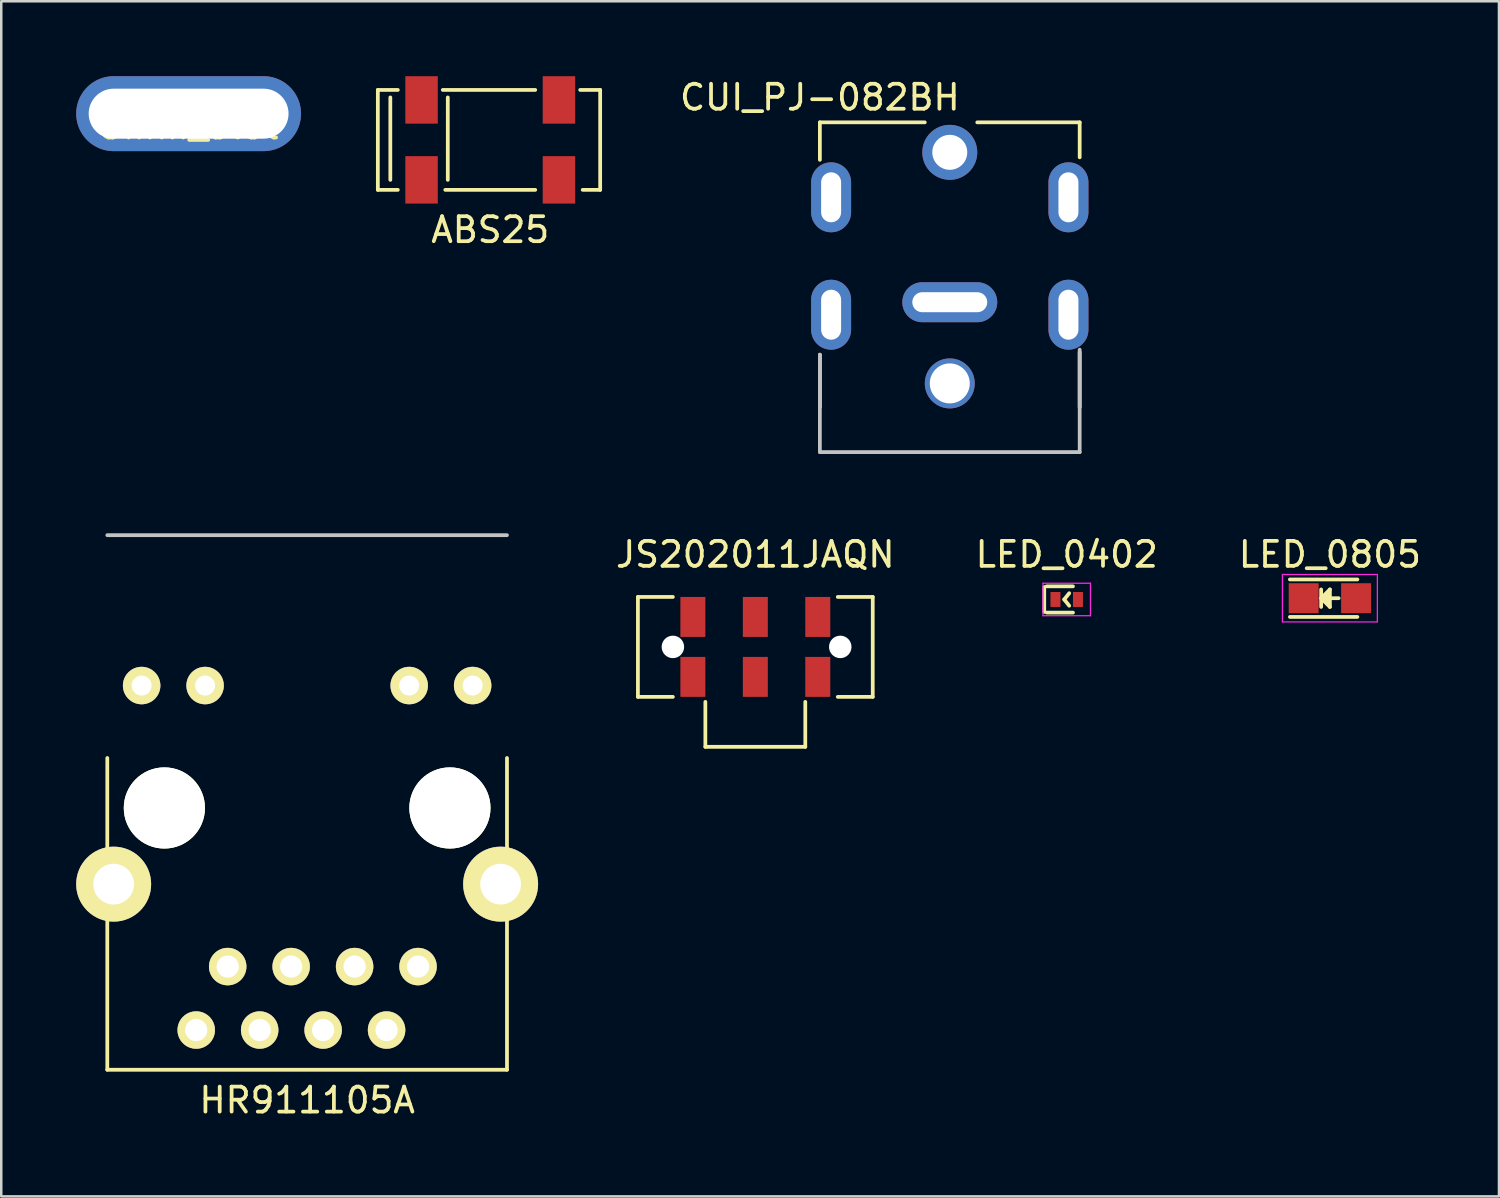
<source format=kicad_pcb>
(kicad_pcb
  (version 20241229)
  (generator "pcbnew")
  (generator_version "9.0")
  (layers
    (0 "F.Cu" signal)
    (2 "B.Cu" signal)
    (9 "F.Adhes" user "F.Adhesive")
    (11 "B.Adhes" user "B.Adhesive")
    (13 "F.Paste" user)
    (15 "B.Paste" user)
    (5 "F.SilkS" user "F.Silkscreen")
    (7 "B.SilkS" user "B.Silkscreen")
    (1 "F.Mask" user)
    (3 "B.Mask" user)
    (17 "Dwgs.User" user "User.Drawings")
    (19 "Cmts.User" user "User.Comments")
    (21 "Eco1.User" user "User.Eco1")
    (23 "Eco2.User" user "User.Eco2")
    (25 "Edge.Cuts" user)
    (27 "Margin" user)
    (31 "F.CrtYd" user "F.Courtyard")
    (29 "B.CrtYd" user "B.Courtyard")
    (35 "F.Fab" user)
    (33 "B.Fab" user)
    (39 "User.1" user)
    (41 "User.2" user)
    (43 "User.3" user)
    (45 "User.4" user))
  (footprint "LED_0402"
    (layer "F.Cu")
    (at 39.651 20.947)
    (property "Reference" "LED_0402" (at 0 -1.8 0) (layer "F.SilkS") (effects (font (size 1 1) (thickness 0.15))))
    (attr smd)
    (fp_line (start -0.9 -0.5) (end -0.9 0.5) (stroke (width 0.15) (type solid)) (layer "F.SilkS"))
    (fp_line (start -0.1 0) (end 0.1 0.25) (stroke (width 0.15) (type solid)) (layer "F.SilkS"))
    (fp_line (start 0.1 -0.25) (end -0.1 0) (stroke (width 0.15) (type solid)) (layer "F.SilkS"))
    (fp_line (start 0.25 -0.525) (end -0.8 -0.525) (stroke (width 0.15) (type solid)) (layer "F.SilkS"))
    (fp_line (start 0.25 0.525) (end -0.8 0.525) (stroke (width 0.15) (type solid)) (layer "F.SilkS"))
    (fp_line (start -0.95 -0.65) (end -0.95 0.65) (stroke (width 0.05) (type solid)) (layer "F.CrtYd"))
    (fp_line (start -0.95 -0.65) (end 0.95 -0.65) (stroke (width 0.05) (type solid)) (layer "F.CrtYd"))
    (fp_line (start -0.95 0.65) (end 0.95 0.65) (stroke (width 0.05) (type solid)) (layer "F.CrtYd"))
    (fp_line (start 0.95 -0.65) (end 0.95 0.65) (stroke (width 0.05) (type solid)) (layer "F.CrtYd"))
    (pad "1" smd rect (at -0.45 0) (size 0.4 0.6) (layers "F.Cu" "F.Mask" "F.Paste"))
    (pad "2" smd rect (at 0.45 0) (size 0.4 0.6) (layers "F.Cu" "F.Mask" "F.Paste")))
  (footprint "JS202011JAQN"
    (layer "F.Cu")
    (at 27.186 22.846)
    (property "Reference" "JS202011JAQN" (at 0 -3.7 0) (layer "F.SilkS") (effects (font (size 1 1) (thickness 0.15))))
    (attr through_hole)
    (fp_line (start -4.7 -2) (end -4.7 2) (stroke (width 0.15) (type solid)) (layer "F.SilkS"))
    (fp_line (start -4.7 -2) (end -3.3 -2) (stroke (width 0.15) (type solid)) (layer "F.SilkS"))
    (fp_line (start -4.7 2) (end -3.3 2) (stroke (width 0.15) (type solid)) (layer "F.SilkS"))
    (fp_line (start -2 2.2) (end -2 4) (stroke (width 0.15) (type solid)) (layer "F.SilkS"))
    (fp_line (start -2 4) (end 2 4) (stroke (width 0.15) (type solid)) (layer "F.SilkS"))
    (fp_line (start 2 4) (end 2 2.2) (stroke (width 0.15) (type solid)) (layer "F.SilkS"))
    (fp_line (start 3.3 -2) (end 4.7 -2) (stroke (width 0.15) (type solid)) (layer "F.SilkS"))
    (fp_line (start 4.7 -2) (end 4.7 2) (stroke (width 0.15) (type solid)) (layer "F.SilkS"))
    (fp_line (start 4.7 2) (end 3.3 2) (stroke (width 0.15) (type solid)) (layer "F.SilkS"))
    (pad "" np_thru_hole circle (at -3.3 0) (size 0.9 0.9) (drill 0.9) (layers "*.Cu" "*.Mask"))
    (pad "" np_thru_hole circle (at 3.4 0) (size 0.9 0.9) (drill 0.9) (layers "*.Cu" "*.Mask"))
    (pad "1" smd rect (at -2.5 -1.2) (size 1 1.6) (layers "F.Cu" "F.Mask" "F.Paste"))
    (pad "2" smd rect (at 0 -1.2) (size 1 1.6) (layers "F.Cu" "F.Mask" "F.Paste"))
    (pad "3" smd rect (at 2.5 -1.2) (size 1 1.6) (layers "F.Cu" "F.Mask" "F.Paste"))
    (pad "4" smd rect (at -2.5 1.2) (size 1 1.6) (layers "F.Cu" "F.Mask" "F.Paste"))
    (pad "5" smd rect (at 0 1.2) (size 1 1.6) (layers "F.Cu" "F.Mask" "F.Paste"))
    (pad "6" smd rect (at 2.5 1.2) (size 1 1.6) (layers "F.Cu" "F.Mask" "F.Paste")))
  (footprint "CUI_PJ-082BH"
    (layer "F.Cu")
    (at 34.97 15.048)
    (property "Reference" "CUI_PJ-082BH" (at -5.2 -14.2 0) (layer "F.SilkS") (effects (font (size 1 1) (thickness 0.15))))
    (attr through_hole)
    (fp_line (start -5.2 -13.2) (end -1 -13.2) (stroke (width 0.15) (type solid)) (layer "F.SilkS"))
    (fp_line (start -5.2 -11.7) (end -5.2 -13.2) (stroke (width 0.15) (type solid)) (layer "F.SilkS"))
    (fp_line (start -5.2 -3.9) (end -5.2 -1.8) (stroke (width 0.15) (type solid)) (layer "F.SilkS"))
    (fp_line (start 1.1 -13.2) (end 5.2 -13.2) (stroke (width 0.15) (type solid)) (layer "F.SilkS"))
    (fp_line (start 5.2 -13.2) (end 5.2 -11.8) (stroke (width 0.15) (type solid)) (layer "F.SilkS"))
    (fp_line (start 5.2 -4) (end 5.2 -1.8) (stroke (width 0.15) (type solid)) (layer "F.SilkS"))
    (fp_line (start -5.2 0) (end -5.2 -3.9) (stroke (width 0.15) (type solid)) (layer "Dwgs.User"))
    (fp_line (start 5.2 -4.1) (end 5.2 0) (stroke (width 0.15) (type solid)) (layer "Dwgs.User"))
    (fp_line (start 5.2 0) (end -5.2 0) (stroke (width 0.15) (type solid)) (layer "Dwgs.User"))
    (pad "" np_thru_hole circle (at 0 -2.75) (size 2 2) (drill 1.6) (layers "*.Cu" "*.Mask"))
    (pad "1" thru_hole circle (at 0 -12) (size 2.2 2.2) (drill oval 1.4) (layers "*.Cu" "*.Mask"))
    (pad "2" thru_hole oval (at 0 -6) (size 3.8 1.6) (drill oval 3 0.8) (layers "*.Cu" "*.Mask"))
    (pad "SH" thru_hole oval (at -4.75 -10.2) (size 1.6 2.8) (drill oval 0.8 2) (layers "*.Cu" "*.Mask"))
    (pad "SH" thru_hole oval (at -4.75 -5.5) (size 1.6 2.8) (drill oval 0.8 2) (layers "*.Cu" "*.Mask"))
    (pad "SH" thru_hole oval (at 4.75 -10.2) (size 1.6 2.8) (drill oval 0.8 2) (layers "*.Cu" "*.Mask"))
    (pad "SH" thru_hole oval (at 4.75 -5.5) (size 1.6 2.8) (drill oval 0.8 2) (layers "*.Cu" "*.Mask")))
  (footprint "HR911105A"
    (layer "F.Cu")
    (at 9.245 29.293)
    (property "Reference" "HR911105A" (at 0 11.7 0) (layer "F.SilkS") (effects (font (size 1 1) (thickness 0.15))))
    (attr through_hole)
    (fp_line (start -8 10.48) (end -8 -2) (stroke (width 0.15) (type solid)) (layer "F.SilkS"))
    (fp_line (start 8 -2) (end 8 10.48) (stroke (width 0.15) (type solid)) (layer "F.SilkS"))
    (fp_line (start 8 10.48) (end -8 10.48) (stroke (width 0.15) (type solid)) (layer "F.SilkS"))
    (fp_line (start -8 -10.92) (end 8 -10.92) (stroke (width 0.15) (type solid)) (layer "Dwgs.User"))
    (pad "" np_thru_hole circle (at -5.715 0) (size 3.25 3.25) (drill 3.25) (layers "*.Cu" "*.Mask" "F.SilkS"))
    (pad "" np_thru_hole circle (at 5.715 0) (size 3.25 3.25) (drill 3.25) (layers "*.Cu" "*.Mask" "F.SilkS"))
    (pad "1" thru_hole circle (at 4.44 6.35) (size 1.5 1.5) (drill 0.89) (layers "*.Cu" "*.Mask" "F.SilkS"))
    (pad "2" thru_hole circle (at 3.18 8.89) (size 1.5 1.5) (drill 0.89) (layers "*.Cu" "*.Mask" "F.SilkS"))
    (pad "3" thru_hole circle (at 1.9 6.35) (size 1.5 1.5) (drill 0.89) (layers "*.Cu" "*.Mask" "F.SilkS"))
    (pad "4" thru_hole circle (at 0.64 8.89) (size 1.5 1.5) (drill 0.89) (layers "*.Cu" "*.Mask" "F.SilkS"))
    (pad "5" thru_hole circle (at -0.64 6.35) (size 1.5 1.5) (drill 0.89) (layers "*.Cu" "*.Mask" "F.SilkS"))
    (pad "6" thru_hole circle (at -1.9 8.89) (size 1.5 1.5) (drill 0.89) (layers "*.Cu" "*.Mask" "F.SilkS"))
    (pad "7" thru_hole circle (at -3.18 6.35) (size 1.5 1.5) (drill 0.89) (layers "*.Cu" "*.Mask" "F.SilkS"))
    (pad "8" thru_hole circle (at -4.44 8.89) (size 1.5 1.5) (drill 0.89) (layers "*.Cu" "*.Mask" "F.SilkS"))
    (pad "9" thru_hole circle (at 6.625 -4.9) (size 1.5 1.5) (drill 0.8) (layers "*.Cu" "*.Mask" "F.SilkS"))
    (pad "10" thru_hole circle (at 4.085 -4.9) (size 1.5 1.5) (drill 0.8) (layers "*.Cu" "*.Mask" "F.SilkS"))
    (pad "11" thru_hole circle (at -4.085 -4.9) (size 1.5 1.5) (drill 0.8) (layers "*.Cu" "*.Mask" "F.SilkS"))
    (pad "12" thru_hole circle (at -6.625 -4.9) (size 1.5 1.5) (drill 0.8) (layers "*.Cu" "*.Mask" "F.SilkS"))
    (pad "13" thru_hole circle (at -7.745 3.05) (size 3 3) (drill 1.63) (layers "*.Cu" "*.Mask" "F.SilkS"))
    (pad "13" thru_hole circle (at 7.745 3.05) (size 3 3) (drill 1.63) (layers "*.Cu" "*.Mask" "F.SilkS")))
  (footprint "LED_0805"
    (layer "F.Cu")
    (at 50.186 20.896)
    (property "Reference" "LED_0805" (at 0 -1.75 0) (layer "F.SilkS") (effects (font (size 1 1) (thickness 0.15))))
    (attr smd)
    (fp_line (start -1.6 -0.75) (end 1.1 -0.75) (stroke (width 0.15) (type solid)) (layer "F.SilkS"))
    (fp_line (start -1.6 0.75) (end 1.1 0.75) (stroke (width 0.15) (type solid)) (layer "F.SilkS"))
    (fp_line (start -0.35 -0.35) (end -0.35 0.35) (stroke (width 0.15) (type solid)) (layer "F.SilkS"))
    (fp_line (start -0.35 0) (end 0 -0.35) (stroke (width 0.15) (type solid)) (layer "F.SilkS"))
    (fp_line (start -0.1 -0.1) (end -0.25 0.05) (stroke (width 0.15) (type solid)) (layer "F.SilkS"))
    (fp_line (start -0.1 0.15) (end -0.1 -0.1) (stroke (width 0.15) (type solid)) (layer "F.SilkS"))
    (fp_line (start 0 -0.35) (end 0 0.35) (stroke (width 0.15) (type solid)) (layer "F.SilkS"))
    (fp_line (start 0 0) (end 0.35 0) (stroke (width 0.15) (type solid)) (layer "F.SilkS"))
    (fp_line (start 0 0.35) (end -0.35 0) (stroke (width 0.15) (type solid)) (layer "F.SilkS"))
    (fp_line (start -1.9 -0.95) (end 1.9 -0.95) (stroke (width 0.05) (type solid)) (layer "F.CrtYd"))
    (fp_line (start -1.9 0.95) (end -1.9 -0.95) (stroke (width 0.05) (type solid)) (layer "F.CrtYd"))
    (fp_line (start 1.9 -0.95) (end 1.9 0.95) (stroke (width 0.05) (type solid)) (layer "F.CrtYd"))
    (fp_line (start 1.9 0.95) (end -1.9 0.95) (stroke (width 0.05) (type solid)) (layer "F.CrtYd"))
    (pad "1" smd rect (at -1.049 0 180) (size 1.199 1.199) (layers "F.Cu" "F.Mask" "F.Paste"))
    (pad "2" smd rect (at 1.049 0 180) (size 1.199 1.199) (layers "F.Cu" "F.Mask" "F.Paste")))
  (footprint "ABS25"
    (layer "F.Cu")
    (at 16.575 2.55)
    (property "Reference" "ABS25" (at 0 3.6 0) (layer "F.SilkS") (effects (font (size 1 1) (thickness 0.15))))
    (attr through_hole)
    (fp_line (start -4.5 -2) (end -4.5 2) (stroke (width 0.15) (type solid)) (layer "F.SilkS"))
    (fp_line (start -4.5 2) (end -3.7 2) (stroke (width 0.15) (type solid)) (layer "F.SilkS"))
    (fp_line (start -4 -1.7) (end -4 1.6) (stroke (width 0.15) (type solid)) (layer "F.SilkS"))
    (fp_line (start -3.7 -2) (end -4.5 -2) (stroke (width 0.15) (type solid)) (layer "F.SilkS"))
    (fp_line (start -1.9 -2) (end 1.8 -2) (stroke (width 0.15) (type solid)) (layer "F.SilkS"))
    (fp_line (start -1.7 -1.7) (end -1.7 1.6) (stroke (width 0.15) (type solid)) (layer "F.SilkS"))
    (fp_line (start 1.8 2) (end -1.8 2) (stroke (width 0.15) (type solid)) (layer "F.SilkS"))
    (fp_line (start 3.6 -2) (end 4.4 -2) (stroke (width 0.15) (type solid)) (layer "F.SilkS"))
    (fp_line (start 4.4 -2) (end 4.4 2) (stroke (width 0.15) (type solid)) (layer "F.SilkS"))
    (fp_line (start 4.4 2) (end 3.7 2) (stroke (width 0.15) (type solid)) (layer "F.SilkS"))
    (pad "1" smd rect (at -2.75 1.6) (size 1.3 1.9) (layers "F.Cu" "F.Mask" "F.Paste"))
    (pad "2" smd rect (at 2.75 1.6) (size 1.3 1.9) (layers "F.Cu" "F.Mask" "F.Paste"))
    (pad "3" smd rect (at 2.75 -1.6) (size 1.3 1.9) (layers "F.Cu" "F.Mask" "F.Paste"))
    (pad "4" smd rect (at -2.75 -1.6) (size 1.3 1.9) (layers "F.Cu" "F.Mask" "F.Paste")))
  (footprint "8mm_slot"
    (layer "F.Cu")
    (at 4.5 1.5)
    (property "Reference" "8mm_slot" (at 0 0.5 0) (layer "F.SilkS") (effects (font (size 1 1) (thickness 0.15))))
    (attr through_hole)
    (pad "" np_thru_hole oval (at 0 0) (size 9 3) (drill oval 8 2) (layers "*.Cu" "*.Mask")))
  (gr_rect
    (start -3 -3)
    (end 56.954 44.842)
    (stroke (width 0.1) (type default))
    (fill no)
    (layer "Edge.Cuts")))
</source>
